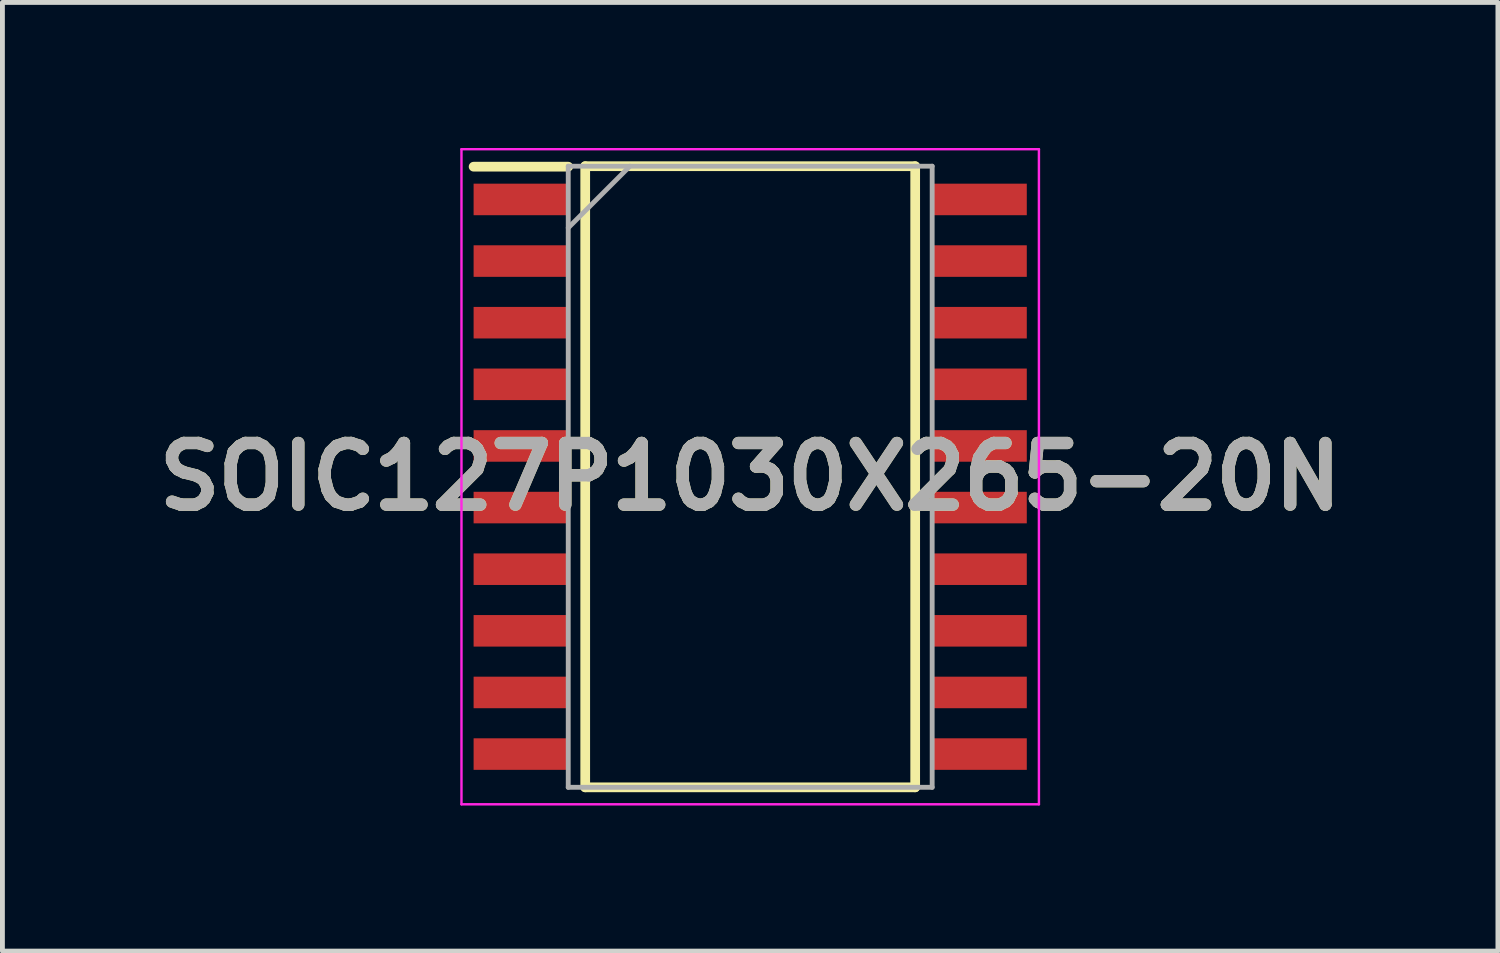
<source format=kicad_pcb>
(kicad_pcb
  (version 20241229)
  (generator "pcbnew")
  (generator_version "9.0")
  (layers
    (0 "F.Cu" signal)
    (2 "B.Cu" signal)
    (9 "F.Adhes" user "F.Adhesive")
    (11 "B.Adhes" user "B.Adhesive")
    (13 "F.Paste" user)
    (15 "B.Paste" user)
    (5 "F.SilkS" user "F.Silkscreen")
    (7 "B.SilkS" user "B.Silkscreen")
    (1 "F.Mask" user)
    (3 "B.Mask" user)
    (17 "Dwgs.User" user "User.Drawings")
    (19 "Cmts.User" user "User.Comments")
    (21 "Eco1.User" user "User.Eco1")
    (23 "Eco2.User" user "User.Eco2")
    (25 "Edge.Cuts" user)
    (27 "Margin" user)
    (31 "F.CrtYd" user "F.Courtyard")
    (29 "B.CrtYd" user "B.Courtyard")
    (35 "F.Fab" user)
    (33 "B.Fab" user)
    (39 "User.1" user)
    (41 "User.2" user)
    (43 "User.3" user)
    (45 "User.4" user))
  (footprint "SOIC127P1030X265-20N"
    (layer "F.Cu")
    (at 12.41 6.775)
    (property "Reference" "SOIC127P1030X265-20N" (at 0 0 0) (layer "F.SilkS") (effects (font (size 1.27 1.27) (thickness 0.254))))
    (attr smd)
    (fp_line (start -5.7 -6.39) (end -3.75 -6.39) (stroke (width 0.2) (type solid)) (layer "F.SilkS"))
    (fp_line (start -3.4 -6.4) (end 3.4 -6.4) (stroke (width 0.2) (type solid)) (layer "F.SilkS"))
    (fp_line (start -3.4 6.4) (end -3.4 -6.4) (stroke (width 0.2) (type solid)) (layer "F.SilkS"))
    (fp_line (start 3.4 -6.4) (end 3.4 6.4) (stroke (width 0.2) (type solid)) (layer "F.SilkS"))
    (fp_line (start 3.4 6.4) (end -3.4 6.4) (stroke (width 0.2) (type solid)) (layer "F.SilkS"))
    (fp_line (start -5.95 -6.75) (end 5.95 -6.75) (stroke (width 0.05) (type solid)) (layer "F.CrtYd"))
    (fp_line (start -5.95 6.75) (end -5.95 -6.75) (stroke (width 0.05) (type solid)) (layer "F.CrtYd"))
    (fp_line (start 5.95 -6.75) (end 5.95 6.75) (stroke (width 0.05) (type solid)) (layer "F.CrtYd"))
    (fp_line (start 5.95 6.75) (end -5.95 6.75) (stroke (width 0.05) (type solid)) (layer "F.CrtYd"))
    (fp_line (start -3.75 -6.4) (end 3.75 -6.4) (stroke (width 0.1) (type solid)) (layer "F.Fab"))
    (fp_line (start -3.75 -5.13) (end -2.48 -6.4) (stroke (width 0.1) (type solid)) (layer "F.Fab"))
    (fp_line (start -3.75 6.4) (end -3.75 -6.4) (stroke (width 0.1) (type solid)) (layer "F.Fab"))
    (fp_line (start 3.75 -6.4) (end 3.75 6.4) (stroke (width 0.1) (type solid)) (layer "F.Fab"))
    (fp_line (start 3.75 6.4) (end -3.75 6.4) (stroke (width 0.1) (type solid)) (layer "F.Fab"))
    (fp_text user "${REFERENCE}" (at 0 0 0) (layer "F.Fab") (effects (font (size 1.27 1.27) (thickness 0.254))))
    (pad "1" smd rect (at -4.725 -5.715 90) (size 0.65 1.95) (layers "F.Cu" "F.Mask" "F.Paste"))
    (pad "2" smd rect (at -4.725 -4.445 90) (size 0.65 1.95) (layers "F.Cu" "F.Mask" "F.Paste"))
    (pad "3" smd rect (at -4.725 -3.175 90) (size 0.65 1.95) (layers "F.Cu" "F.Mask" "F.Paste"))
    (pad "4" smd rect (at -4.725 -1.905 90) (size 0.65 1.95) (layers "F.Cu" "F.Mask" "F.Paste"))
    (pad "5" smd rect (at -4.725 -0.635 90) (size 0.65 1.95) (layers "F.Cu" "F.Mask" "F.Paste"))
    (pad "6" smd rect (at -4.725 0.635 90) (size 0.65 1.95) (layers "F.Cu" "F.Mask" "F.Paste"))
    (pad "7" smd rect (at -4.725 1.905 90) (size 0.65 1.95) (layers "F.Cu" "F.Mask" "F.Paste"))
    (pad "8" smd rect (at -4.725 3.175 90) (size 0.65 1.95) (layers "F.Cu" "F.Mask" "F.Paste"))
    (pad "9" smd rect (at -4.725 4.445 90) (size 0.65 1.95) (layers "F.Cu" "F.Mask" "F.Paste"))
    (pad "10" smd rect (at -4.725 5.715 90) (size 0.65 1.95) (layers "F.Cu" "F.Mask" "F.Paste"))
    (pad "11" smd rect (at 4.725 5.715 90) (size 0.65 1.95) (layers "F.Cu" "F.Mask" "F.Paste"))
    (pad "12" smd rect (at 4.725 4.445 90) (size 0.65 1.95) (layers "F.Cu" "F.Mask" "F.Paste"))
    (pad "13" smd rect (at 4.725 3.175 90) (size 0.65 1.95) (layers "F.Cu" "F.Mask" "F.Paste"))
    (pad "14" smd rect (at 4.725 1.905 90) (size 0.65 1.95) (layers "F.Cu" "F.Mask" "F.Paste"))
    (pad "15" smd rect (at 4.725 0.635 90) (size 0.65 1.95) (layers "F.Cu" "F.Mask" "F.Paste"))
    (pad "16" smd rect (at 4.725 -0.635 90) (size 0.65 1.95) (layers "F.Cu" "F.Mask" "F.Paste"))
    (pad "17" smd rect (at 4.725 -1.905 90) (size 0.65 1.95) (layers "F.Cu" "F.Mask" "F.Paste"))
    (pad "18" smd rect (at 4.725 -3.175 90) (size 0.65 1.95) (layers "F.Cu" "F.Mask" "F.Paste"))
    (pad "19" smd rect (at 4.725 -4.445 90) (size 0.65 1.95) (layers "F.Cu" "F.Mask" "F.Paste"))
    (pad "20" smd rect (at 4.725 -5.715 90) (size 0.65 1.95) (layers "F.Cu" "F.Mask" "F.Paste")))
  (gr_rect
    (start -3 -3)
    (end 27.819 16.55)
    (stroke (width 0.1) (type default))
    (fill no)
    (layer "Edge.Cuts")))
</source>
